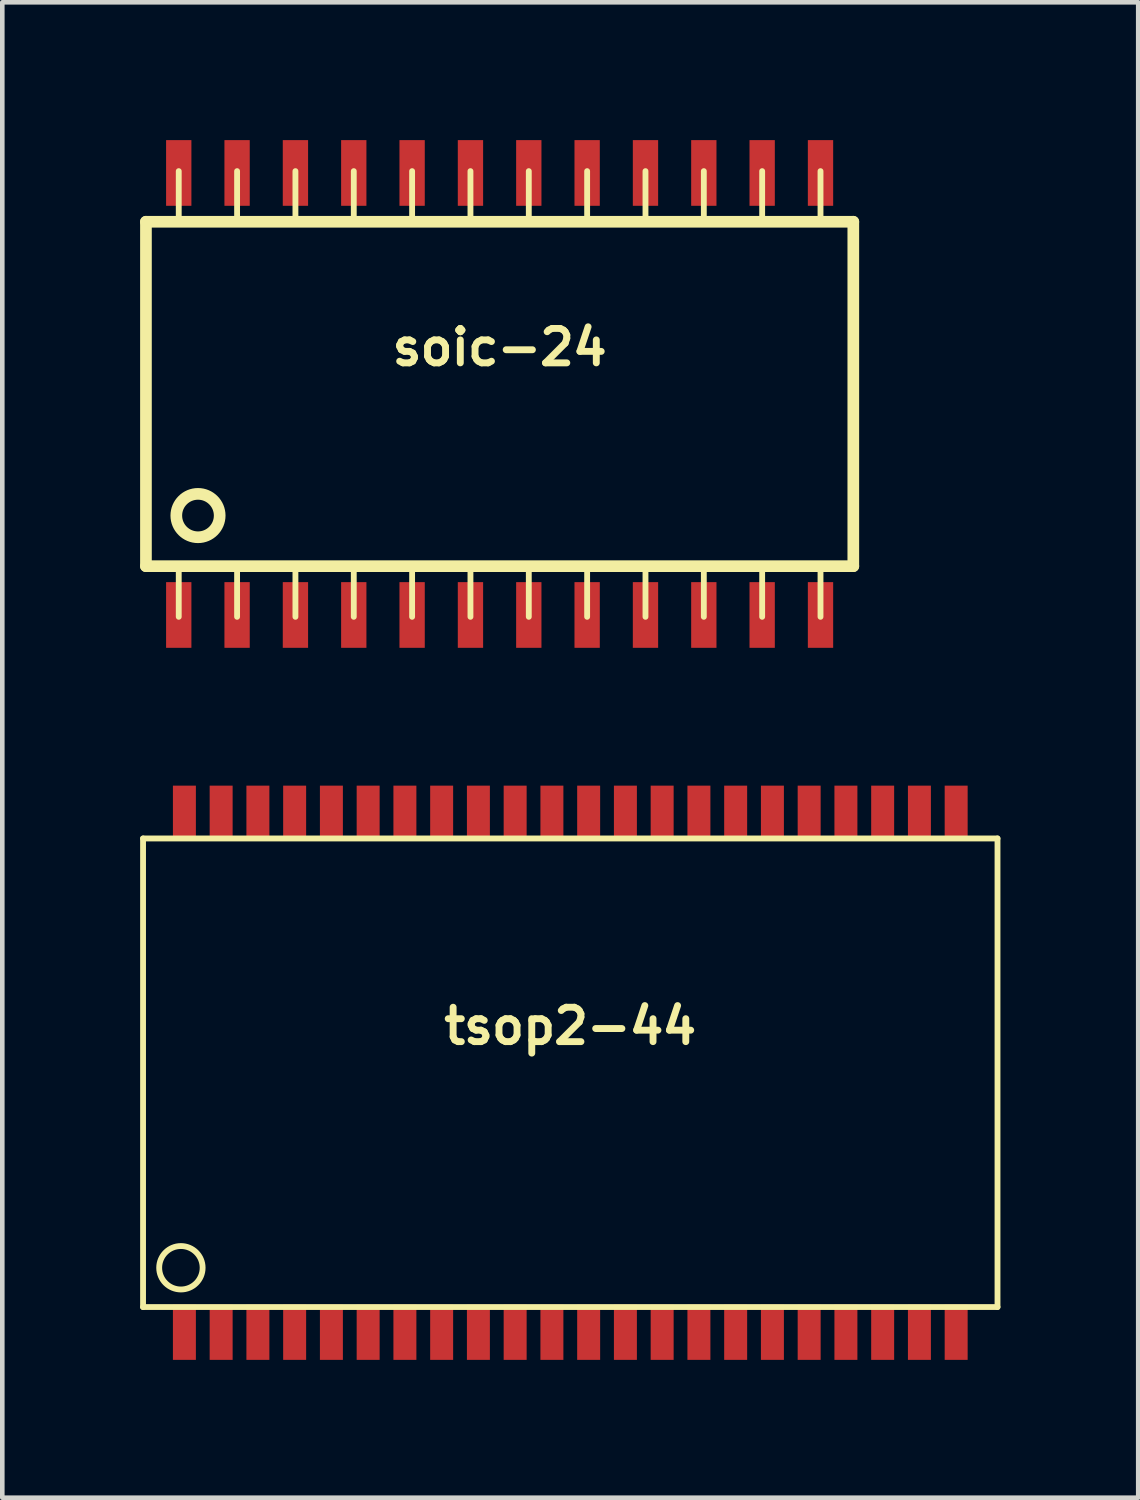
<source format=kicad_pcb>
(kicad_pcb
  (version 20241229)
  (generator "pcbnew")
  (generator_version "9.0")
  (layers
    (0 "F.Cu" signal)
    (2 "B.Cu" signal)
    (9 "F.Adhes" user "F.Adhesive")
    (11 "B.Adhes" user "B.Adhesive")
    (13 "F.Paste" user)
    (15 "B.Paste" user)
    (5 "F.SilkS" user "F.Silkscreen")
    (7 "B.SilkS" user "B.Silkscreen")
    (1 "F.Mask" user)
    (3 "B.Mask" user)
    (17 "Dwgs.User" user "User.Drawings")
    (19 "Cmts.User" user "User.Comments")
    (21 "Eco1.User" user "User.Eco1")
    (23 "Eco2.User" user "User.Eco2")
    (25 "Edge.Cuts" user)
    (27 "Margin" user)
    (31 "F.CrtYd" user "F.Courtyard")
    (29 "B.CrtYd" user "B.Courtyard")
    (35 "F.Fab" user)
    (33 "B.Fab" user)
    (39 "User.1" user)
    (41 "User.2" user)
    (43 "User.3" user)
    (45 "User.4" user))
  (footprint "soic-24"
    (layer "F.Cu")
    (at 7.826 5.526)
    (property "Reference" "soic-24" (at 0 -1.016 0) (layer "F.SilkS") (effects (font (size 0.749 0.749) (thickness 0.15))))
    (attr through_hole)
    (fp_line (start -7.699 -3.749) (end -7.699 3.749) (stroke (width 0.254) (type solid)) (layer "F.SilkS"))
    (fp_line (start -7.699 -3.749) (end 7.699 -3.749) (stroke (width 0.254) (type solid)) (layer "F.SilkS"))
    (fp_line (start -6.985 -3.759) (end -6.985 -4.851) (stroke (width 0.127) (type solid)) (layer "F.SilkS"))
    (fp_line (start -6.985 4.851) (end -6.985 3.759) (stroke (width 0.127) (type solid)) (layer "F.SilkS"))
    (fp_line (start -5.715 -3.759) (end -5.715 -4.851) (stroke (width 0.127) (type solid)) (layer "F.SilkS"))
    (fp_line (start -5.715 4.851) (end -5.715 3.759) (stroke (width 0.127) (type solid)) (layer "F.SilkS"))
    (fp_line (start -4.445 -3.759) (end -4.445 -4.851) (stroke (width 0.127) (type solid)) (layer "F.SilkS"))
    (fp_line (start -4.445 3.759) (end -4.445 4.851) (stroke (width 0.127) (type solid)) (layer "F.SilkS"))
    (fp_line (start -3.175 -3.759) (end -3.175 -4.851) (stroke (width 0.127) (type solid)) (layer "F.SilkS"))
    (fp_line (start -3.175 4.851) (end -3.175 3.759) (stroke (width 0.127) (type solid)) (layer "F.SilkS"))
    (fp_line (start -1.905 -4.851) (end -1.905 -3.759) (stroke (width 0.127) (type solid)) (layer "F.SilkS"))
    (fp_line (start -1.905 4.851) (end -1.905 3.759) (stroke (width 0.127) (type solid)) (layer "F.SilkS"))
    (fp_line (start -0.635 -4.851) (end -0.635 -3.759) (stroke (width 0.127) (type solid)) (layer "F.SilkS"))
    (fp_line (start -0.635 4.851) (end -0.635 3.759) (stroke (width 0.127) (type solid)) (layer "F.SilkS"))
    (fp_line (start 0.635 -4.851) (end 0.635 -3.759) (stroke (width 0.127) (type solid)) (layer "F.SilkS"))
    (fp_line (start 0.635 4.851) (end 0.635 3.759) (stroke (width 0.127) (type solid)) (layer "F.SilkS"))
    (fp_line (start 1.905 -3.759) (end 1.905 -4.851) (stroke (width 0.127) (type solid)) (layer "F.SilkS"))
    (fp_line (start 1.905 3.759) (end 1.905 4.851) (stroke (width 0.127) (type solid)) (layer "F.SilkS"))
    (fp_line (start 3.175 -3.759) (end 3.175 -4.851) (stroke (width 0.127) (type solid)) (layer "F.SilkS"))
    (fp_line (start 3.175 3.759) (end 3.175 4.851) (stroke (width 0.127) (type solid)) (layer "F.SilkS"))
    (fp_line (start 4.445 -3.759) (end 4.445 -4.851) (stroke (width 0.127) (type solid)) (layer "F.SilkS"))
    (fp_line (start 4.445 3.759) (end 4.445 4.851) (stroke (width 0.127) (type solid)) (layer "F.SilkS"))
    (fp_line (start 5.715 -4.851) (end 5.715 -3.759) (stroke (width 0.127) (type solid)) (layer "F.SilkS"))
    (fp_line (start 5.715 3.759) (end 5.715 4.851) (stroke (width 0.127) (type solid)) (layer "F.SilkS"))
    (fp_line (start 6.985 -4.851) (end 6.985 -3.759) (stroke (width 0.127) (type solid)) (layer "F.SilkS"))
    (fp_line (start 6.985 3.759) (end 6.985 4.851) (stroke (width 0.127) (type solid)) (layer "F.SilkS"))
    (fp_line (start 7.699 3.749) (end -7.699 3.749) (stroke (width 0.254) (type solid)) (layer "F.SilkS"))
    (fp_line (start 7.699 3.749) (end 7.699 -3.749) (stroke (width 0.254) (type solid)) (layer "F.SilkS"))
    (fp_circle (center -6.566 2.647) (end -6.845 3.028) (stroke (width 0.254) (type solid)) (fill no) (layer "F.SilkS"))
    (pad "1" smd rect (at -6.985 4.811) (size 0.551 1.43) (layers "F.Cu" "F.Mask" "F.Paste"))
    (pad "2" smd rect (at -5.715 4.811) (size 0.551 1.43) (layers "F.Cu" "F.Mask" "F.Paste"))
    (pad "3" smd rect (at -4.445 4.811) (size 0.551 1.43) (layers "F.Cu" "F.Mask" "F.Paste"))
    (pad "4" smd rect (at -3.175 4.811) (size 0.551 1.43) (layers "F.Cu" "F.Mask" "F.Paste"))
    (pad "5" smd rect (at -1.905 4.811) (size 0.551 1.43) (layers "F.Cu" "F.Mask" "F.Paste"))
    (pad "6" smd rect (at -0.635 4.811) (size 0.551 1.43) (layers "F.Cu" "F.Mask" "F.Paste"))
    (pad "7" smd rect (at 0.635 4.811) (size 0.551 1.43) (layers "F.Cu" "F.Mask" "F.Paste"))
    (pad "8" smd rect (at 1.905 4.811) (size 0.551 1.43) (layers "F.Cu" "F.Mask" "F.Paste"))
    (pad "9" smd rect (at 3.175 4.811) (size 0.551 1.43) (layers "F.Cu" "F.Mask" "F.Paste"))
    (pad "10" smd rect (at 4.445 4.811) (size 0.551 1.43) (layers "F.Cu" "F.Mask" "F.Paste"))
    (pad "11" smd rect (at 5.715 4.811) (size 0.551 1.43) (layers "F.Cu" "F.Mask" "F.Paste"))
    (pad "12" smd rect (at 6.985 4.811) (size 0.551 1.43) (layers "F.Cu" "F.Mask" "F.Paste"))
    (pad "13" smd rect (at 6.985 -4.811) (size 0.551 1.43) (layers "F.Cu" "F.Mask" "F.Paste"))
    (pad "14" smd rect (at 5.715 -4.811) (size 0.551 1.43) (layers "F.Cu" "F.Mask" "F.Paste"))
    (pad "15" smd rect (at 4.445 -4.811) (size 0.551 1.43) (layers "F.Cu" "F.Mask" "F.Paste"))
    (pad "16" smd rect (at 3.175 -4.811) (size 0.551 1.43) (layers "F.Cu" "F.Mask" "F.Paste"))
    (pad "17" smd rect (at 1.905 -4.811) (size 0.551 1.43) (layers "F.Cu" "F.Mask" "F.Paste"))
    (pad "18" smd rect (at 0.635 -4.811) (size 0.551 1.43) (layers "F.Cu" "F.Mask" "F.Paste"))
    (pad "19" smd rect (at -0.635 -4.811) (size 0.551 1.43) (layers "F.Cu" "F.Mask" "F.Paste"))
    (pad "20" smd rect (at -1.905 -4.811) (size 0.551 1.43) (layers "F.Cu" "F.Mask" "F.Paste"))
    (pad "21" smd rect (at -3.175 -4.811) (size 0.551 1.43) (layers "F.Cu" "F.Mask" "F.Paste"))
    (pad "22" smd rect (at -4.445 -4.811) (size 0.551 1.43) (layers "F.Cu" "F.Mask" "F.Paste"))
    (pad "23" smd rect (at -5.715 -4.811) (size 0.551 1.43) (layers "F.Cu" "F.Mask" "F.Paste"))
    (pad "24" smd rect (at -6.985 -4.811) (size 0.551 1.43) (layers "F.Cu" "F.Mask" "F.Paste")))
  (footprint "tsop2-44"
    (layer "F.Cu")
    (at 9.364 20.302)
    (property "Reference" "tsop2-44" (at 0 -1.016 0) (layer "F.SilkS") (effects (font (size 0.749 0.749) (thickness 0.15))))
    (attr through_hole)
    (fp_line (start -9.3 -5.1) (end 9.3 -5.1) (stroke (width 0.127) (type solid)) (layer "F.SilkS"))
    (fp_line (start -9.3 5.1) (end -9.3 -5.1) (stroke (width 0.127) (type solid)) (layer "F.SilkS"))
    (fp_line (start 9.3 -5.1) (end 9.3 5.1) (stroke (width 0.127) (type solid)) (layer "F.SilkS"))
    (fp_line (start 9.3 5.1) (end -9.3 5.1) (stroke (width 0.127) (type solid)) (layer "F.SilkS"))
    (fp_circle (center -8.476 4.245) (end -8.756 4.626) (stroke (width 0.127) (type solid)) (fill no) (layer "F.SilkS"))
    (pad "1" smd rect (at -8.4 5.65) (size 0.5 1.2) (layers "F.Cu" "F.Mask" "F.Paste"))
    (pad "2" smd rect (at -7.6 5.65) (size 0.5 1.2) (layers "F.Cu" "F.Mask" "F.Paste"))
    (pad "3" smd rect (at -6.8 5.65) (size 0.5 1.2) (layers "F.Cu" "F.Mask" "F.Paste"))
    (pad "4" smd rect (at -6 5.65) (size 0.5 1.2) (layers "F.Cu" "F.Mask" "F.Paste"))
    (pad "5" smd rect (at -5.2 5.65) (size 0.5 1.2) (layers "F.Cu" "F.Mask" "F.Paste"))
    (pad "6" smd rect (at -4.4 5.65) (size 0.5 1.2) (layers "F.Cu" "F.Mask" "F.Paste"))
    (pad "7" smd rect (at -3.6 5.65) (size 0.5 1.2) (layers "F.Cu" "F.Mask" "F.Paste"))
    (pad "8" smd rect (at -2.8 5.65) (size 0.5 1.2) (layers "F.Cu" "F.Mask" "F.Paste"))
    (pad "9" smd rect (at -2 5.65) (size 0.5 1.2) (layers "F.Cu" "F.Mask" "F.Paste"))
    (pad "10" smd rect (at -1.2 5.65) (size 0.5 1.2) (layers "F.Cu" "F.Mask" "F.Paste"))
    (pad "11" smd rect (at -0.4 5.65) (size 0.5 1.2) (layers "F.Cu" "F.Mask" "F.Paste"))
    (pad "12" smd rect (at 0.4 5.65) (size 0.5 1.2) (layers "F.Cu" "F.Mask" "F.Paste"))
    (pad "13" smd rect (at 1.2 5.65) (size 0.5 1.2) (layers "F.Cu" "F.Mask" "F.Paste"))
    (pad "14" smd rect (at 2 5.65) (size 0.5 1.2) (layers "F.Cu" "F.Mask" "F.Paste"))
    (pad "15" smd rect (at 2.8 5.65) (size 0.5 1.2) (layers "F.Cu" "F.Mask" "F.Paste"))
    (pad "16" smd rect (at 3.6 5.65) (size 0.5 1.2) (layers "F.Cu" "F.Mask" "F.Paste"))
    (pad "17" smd rect (at 4.4 5.65) (size 0.5 1.2) (layers "F.Cu" "F.Mask" "F.Paste"))
    (pad "18" smd rect (at 5.2 5.65) (size 0.5 1.2) (layers "F.Cu" "F.Mask" "F.Paste"))
    (pad "19" smd rect (at 6 5.65) (size 0.5 1.2) (layers "F.Cu" "F.Mask" "F.Paste"))
    (pad "20" smd rect (at 6.8 5.65) (size 0.5 1.2) (layers "F.Cu" "F.Mask" "F.Paste"))
    (pad "21" smd rect (at 7.6 5.65) (size 0.5 1.2) (layers "F.Cu" "F.Mask" "F.Paste"))
    (pad "22" smd rect (at 8.4 5.65) (size 0.5 1.2) (layers "F.Cu" "F.Mask" "F.Paste"))
    (pad "23" smd rect (at 8.4 -5.65) (size 0.5 1.2) (layers "F.Cu" "F.Mask" "F.Paste"))
    (pad "24" smd rect (at 7.6 -5.65) (size 0.5 1.2) (layers "F.Cu" "F.Mask" "F.Paste"))
    (pad "25" smd rect (at 6.8 -5.65) (size 0.5 1.2) (layers "F.Cu" "F.Mask" "F.Paste"))
    (pad "26" smd rect (at 6 -5.65) (size 0.5 1.2) (layers "F.Cu" "F.Mask" "F.Paste"))
    (pad "27" smd rect (at 5.2 -5.65) (size 0.5 1.2) (layers "F.Cu" "F.Mask" "F.Paste"))
    (pad "28" smd rect (at 4.4 -5.65) (size 0.5 1.2) (layers "F.Cu" "F.Mask" "F.Paste"))
    (pad "29" smd rect (at 3.6 -5.65) (size 0.5 1.2) (layers "F.Cu" "F.Mask" "F.Paste"))
    (pad "30" smd rect (at 2.8 -5.65) (size 0.5 1.2) (layers "F.Cu" "F.Mask" "F.Paste"))
    (pad "31" smd rect (at 2 -5.65) (size 0.5 1.2) (layers "F.Cu" "F.Mask" "F.Paste"))
    (pad "32" smd rect (at 1.2 -5.65) (size 0.5 1.2) (layers "F.Cu" "F.Mask" "F.Paste"))
    (pad "33" smd rect (at 0.4 -5.65) (size 0.5 1.2) (layers "F.Cu" "F.Mask" "F.Paste"))
    (pad "34" smd rect (at -0.4 -5.65) (size 0.5 1.2) (layers "F.Cu" "F.Mask" "F.Paste"))
    (pad "35" smd rect (at -1.2 -5.65) (size 0.5 1.2) (layers "F.Cu" "F.Mask" "F.Paste"))
    (pad "36" smd rect (at -2 -5.65) (size 0.5 1.2) (layers "F.Cu" "F.Mask" "F.Paste"))
    (pad "37" smd rect (at -2.8 -5.65) (size 0.5 1.2) (layers "F.Cu" "F.Mask" "F.Paste"))
    (pad "38" smd rect (at -3.6 -5.65) (size 0.5 1.2) (layers "F.Cu" "F.Mask" "F.Paste"))
    (pad "39" smd rect (at -4.4 -5.65) (size 0.5 1.2) (layers "F.Cu" "F.Mask" "F.Paste"))
    (pad "40" smd rect (at -5.2 -5.65) (size 0.5 1.2) (layers "F.Cu" "F.Mask" "F.Paste"))
    (pad "41" smd rect (at -6 -5.65) (size 0.5 1.2) (layers "F.Cu" "F.Mask" "F.Paste"))
    (pad "42" smd rect (at -6.8 -5.65) (size 0.5 1.2) (layers "F.Cu" "F.Mask" "F.Paste"))
    (pad "43" smd rect (at -7.6 -5.65) (size 0.5 1.2) (layers "F.Cu" "F.Mask" "F.Paste"))
    (pad "44" smd rect (at -8.4 -5.65) (size 0.5 1.2) (layers "F.Cu" "F.Mask" "F.Paste")))
  (gr_rect
    (start -3 -3)
    (end 21.727 29.552)
    (stroke (width 0.1) (type default))
    (fill no)
    (layer "Edge.Cuts")))
</source>
